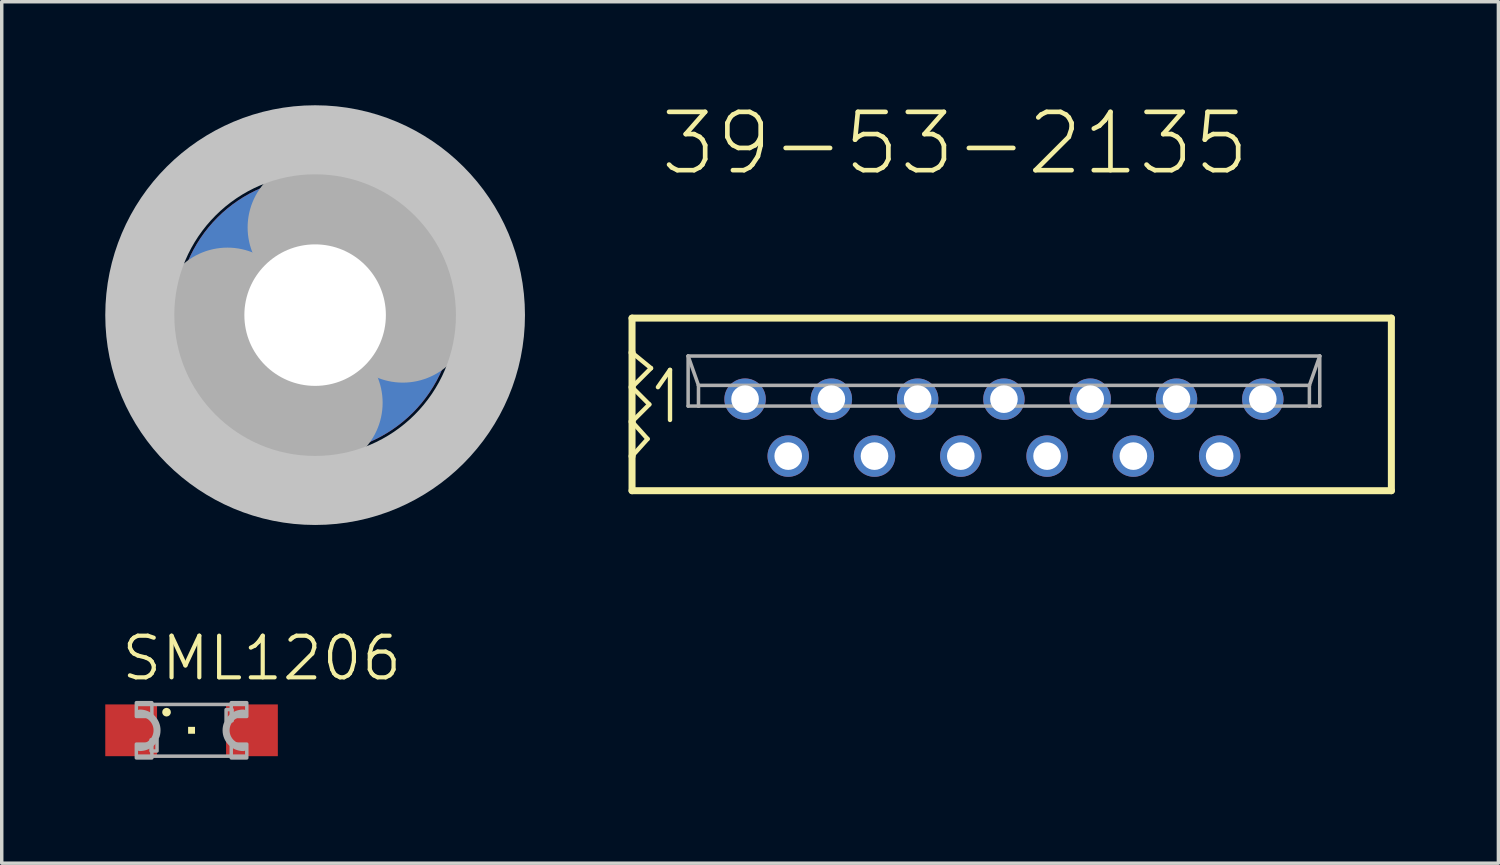
<source format=kicad_pcb>
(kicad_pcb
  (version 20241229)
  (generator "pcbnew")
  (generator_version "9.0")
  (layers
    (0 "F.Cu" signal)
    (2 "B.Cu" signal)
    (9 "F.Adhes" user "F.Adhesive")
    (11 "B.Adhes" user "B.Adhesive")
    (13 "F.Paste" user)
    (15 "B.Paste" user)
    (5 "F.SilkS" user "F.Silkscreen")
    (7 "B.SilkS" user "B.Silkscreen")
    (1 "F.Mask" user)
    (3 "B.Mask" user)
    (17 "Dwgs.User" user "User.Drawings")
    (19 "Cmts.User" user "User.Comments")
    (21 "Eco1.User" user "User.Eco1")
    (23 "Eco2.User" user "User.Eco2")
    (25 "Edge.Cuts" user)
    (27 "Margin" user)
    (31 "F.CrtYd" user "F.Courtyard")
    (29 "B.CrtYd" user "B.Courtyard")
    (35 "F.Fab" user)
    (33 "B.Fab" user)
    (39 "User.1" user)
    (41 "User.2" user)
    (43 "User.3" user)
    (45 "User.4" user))
  (footprint "SML1206"
    (layer "F.Cu")
    (at 2.5 18.109)
    (property "Reference" "SML1206" (at -2.095 -1.381 180) (layer "F.SilkS") (effects (font (size 1.206 1.206) (thickness 0.121)) (justify left bottom)))
    (attr through_hole)
    (fp_circle (center -0.725 -0.525) (end -0.662 -0.525) (stroke (width 0.125) (type solid)) (fill no) (layer "F.SilkS"))
    (fp_poly (pts (xy -0.1 0.1) (xy 0.1 0.1) (xy 0.1 -0.1) (xy -0.1 -0.1)) (stroke (width 0) (type solid)) (fill yes) (layer "F.SilkS"))
    (fp_line (start -1.55 -0.75) (end 1.55 -0.75) (stroke (width 0.102) (type solid)) (layer "F.Fab"))
    (fp_line (start 1.55 0.75) (end -1.55 0.75) (stroke (width 0.102) (type solid)) (layer "F.Fab"))
    (fp_arc (start -1.5 -0.5) (mid -1 0) (end -1.5 0.5) (stroke (width 0.2032) (type solid)) (layer "F.Fab"))
    (fp_arc (start 1.5 0.5) (mid 1 0) (end 1.5 -0.5) (stroke (width 0.2032) (type solid)) (layer "F.Fab"))
    (fp_poly (pts (xy -1.6 -0.4) (xy -1.15 -0.4) (xy -1.15 -0.8) (xy -1.6 -0.8)) (stroke (width 0.1) (type solid)) (fill no) (layer "F.Fab"))
    (fp_poly (pts (xy -1.6 0.8) (xy -1.15 0.8) (xy -1.15 0.4) (xy -1.6 0.4)) (stroke (width 0.1) (type solid)) (fill no) (layer "F.Fab"))
    (fp_poly (pts (xy -1.175 0.6) (xy -1 0.6) (xy -1 0.275) (xy -1.175 0.275)) (stroke (width 0.1) (type solid)) (fill no) (layer "F.Fab"))
    (fp_poly (pts (xy 1.175 -0.6) (xy 1 -0.6) (xy 1 -0.275) (xy 1.175 -0.275)) (stroke (width 0.1) (type solid)) (fill no) (layer "F.Fab"))
    (fp_poly (pts (xy 1.6 -0.8) (xy 1.15 -0.8) (xy 1.15 -0.4) (xy 1.6 -0.4)) (stroke (width 0.1) (type solid)) (fill no) (layer "F.Fab"))
    (fp_poly (pts (xy 1.6 0.4) (xy 1.15 0.4) (xy 1.15 0.8) (xy 1.6 0.8)) (stroke (width 0.1) (type solid)) (fill no) (layer "F.Fab"))
    (pad "A" smd rect (at 1.75 0) (size 1.5 1.5) (layers "F.Cu" "F.Mask" "F.Paste"))
    (pad "C" smd rect (at -1.75 0) (size 1.5 1.5) (layers "F.Cu" "F.Mask" "F.Paste")))
  (footprint "4,1-PAD"
    (layer "F.Cu")
    (at 6.08 6.08)
    (property "Reference" "4,1-PAD" (at 0 0 0) (layer "F.SilkS") (effects (font (size 1.27 1.27) (thickness 0.15))))
    (attr through_hole)
    (fp_circle (center 0 0) (end 2.15 0) (stroke (width 0.203) (type solid)) (fill no) (layer "F.SilkS"))
    (fp_circle (center 0 0) (end 4.572 0) (stroke (width 0.152) (type solid)) (fill no) (layer "F.SilkS"))
    (fp_circle (center 0 0) (end 5.08 0) (stroke (width 2) (type solid)) (fill no) (layer "Dwgs.User"))
    (fp_arc (start 0 -2.54) (mid 1.796051 -1.796051) (end 2.54 0) (stroke (width 3.9116) (type solid)) (layer "F.Fab"))
    (fp_arc (start 0 2.54) (mid -1.796051 1.796051) (end -2.54 0) (stroke (width 3.9116) (type solid)) (layer "F.Fab"))
    (fp_circle (center 0 0) (end 0.762 0) (stroke (width 0.457) (type solid)) (fill no) (layer "F.Fab"))
    (pad "B4,1" thru_hole circle (at 0 0) (size 8 8) (drill 4.1) (layers "*.Cu" "*.Mask")))
  (footprint "39-53-2135"
    (layer "F.Cu")
    (at 26.037 8.515)
    (property "Reference" "39-53-2135" (at -10.032 -6.421 180) (layer "F.SilkS") (effects (font (size 1.689 1.689) (thickness 0.135)) (justify left bottom)))
    (attr through_hole)
    (fp_line (start -10.775 -2.348) (end -10.775 -1.348) (stroke (width 0.203) (type solid)) (layer "F.SilkS"))
    (fp_line (start -10.775 -1.348) (end -10.775 -0.348) (stroke (width 0.203) (type solid)) (layer "F.SilkS"))
    (fp_line (start -10.775 -0.348) (end -10.775 0.652) (stroke (width 0.203) (type solid)) (layer "F.SilkS"))
    (fp_line (start -10.775 -0.348) (end -10.225 -0.898) (stroke (width 0.127) (type solid)) (layer "F.SilkS"))
    (fp_line (start -10.775 0.652) (end -10.775 1.652) (stroke (width 0.203) (type solid)) (layer "F.SilkS"))
    (fp_line (start -10.775 0.652) (end -10.275 0.152) (stroke (width 0.127) (type solid)) (layer "F.SilkS"))
    (fp_line (start -10.775 1.652) (end -10.775 2.652) (stroke (width 0.203) (type solid)) (layer "F.SilkS"))
    (fp_line (start -10.775 1.652) (end -10.325 1.152) (stroke (width 0.127) (type solid)) (layer "F.SilkS"))
    (fp_line (start -10.775 2.652) (end 11.225 2.652) (stroke (width 0.203) (type solid)) (layer "F.SilkS"))
    (fp_line (start -10.325 1.152) (end -10.775 0.652) (stroke (width 0.127) (type solid)) (layer "F.SilkS"))
    (fp_line (start -10.275 0.152) (end -10.775 -0.348) (stroke (width 0.127) (type solid)) (layer "F.SilkS"))
    (fp_line (start -10.225 -0.898) (end -10.775 -1.348) (stroke (width 0.127) (type solid)) (layer "F.SilkS"))
    (fp_line (start -10.025 -0.348) (end -9.675 -0.848) (stroke (width 0.127) (type solid)) (layer "F.SilkS"))
    (fp_line (start -9.675 -0.848) (end -9.675 0.602) (stroke (width 0.127) (type solid)) (layer "F.SilkS"))
    (fp_line (start 11.225 -2.348) (end -10.775 -2.348) (stroke (width 0.203) (type solid)) (layer "F.SilkS"))
    (fp_line (start 11.225 2.652) (end 11.225 -2.348) (stroke (width 0.203) (type solid)) (layer "F.SilkS"))
    (fp_line (start -9.15 -1.25) (end -8.85 -0.4) (stroke (width 0.102) (type solid)) (layer "F.Fab"))
    (fp_line (start -9.15 -1.25) (end 9.15 -1.25) (stroke (width 0.102) (type solid)) (layer "F.Fab"))
    (fp_line (start -9.15 0.2) (end -9.15 -1.25) (stroke (width 0.102) (type solid)) (layer "F.Fab"))
    (fp_line (start -8.85 -0.4) (end -8.85 0.2) (stroke (width 0.102) (type solid)) (layer "F.Fab"))
    (fp_line (start -8.85 0.2) (end -9.15 0.2) (stroke (width 0.102) (type solid)) (layer "F.Fab"))
    (fp_line (start -8.85 0.2) (end 8.85 0.2) (stroke (width 0.102) (type solid)) (layer "F.Fab"))
    (fp_line (start 8.85 -0.4) (end -8.85 -0.4) (stroke (width 0.102) (type solid)) (layer "F.Fab"))
    (fp_line (start 8.85 -0.4) (end 9.15 -1.25) (stroke (width 0.102) (type solid)) (layer "F.Fab"))
    (fp_line (start 8.85 0.2) (end 8.85 -0.4) (stroke (width 0.102) (type solid)) (layer "F.Fab"))
    (fp_line (start 9.15 -1.25) (end 9.15 0.2) (stroke (width 0.102) (type solid)) (layer "F.Fab"))
    (fp_line (start 9.15 0.2) (end 8.85 0.2) (stroke (width 0.102) (type solid)) (layer "F.Fab"))
    (pad "1" thru_hole circle (at -7.5 0) (size 1.2 1.2) (drill 0.8) (layers "*.Cu" "*.Mask"))
    (pad "2" thru_hole circle (at -6.25 1.65) (size 1.2 1.2) (drill 0.8) (layers "*.Cu" "*.Mask"))
    (pad "3" thru_hole circle (at -5 0) (size 1.2 1.2) (drill 0.8) (layers "*.Cu" "*.Mask"))
    (pad "4" thru_hole circle (at -3.75 1.65) (size 1.2 1.2) (drill 0.8) (layers "*.Cu" "*.Mask"))
    (pad "5" thru_hole circle (at -2.5 0) (size 1.2 1.2) (drill 0.8) (layers "*.Cu" "*.Mask"))
    (pad "6" thru_hole circle (at -1.25 1.65) (size 1.2 1.2) (drill 0.8) (layers "*.Cu" "*.Mask"))
    (pad "7" thru_hole circle (at 0 0) (size 1.2 1.2) (drill 0.8) (layers "*.Cu" "*.Mask"))
    (pad "8" thru_hole circle (at 1.25 1.65) (size 1.2 1.2) (drill 0.8) (layers "*.Cu" "*.Mask"))
    (pad "9" thru_hole circle (at 2.5 0) (size 1.2 1.2) (drill 0.8) (layers "*.Cu" "*.Mask"))
    (pad "10" thru_hole circle (at 3.75 1.65) (size 1.2 1.2) (drill 0.8) (layers "*.Cu" "*.Mask"))
    (pad "11" thru_hole circle (at 5 0) (size 1.2 1.2) (drill 0.8) (layers "*.Cu" "*.Mask"))
    (pad "12" thru_hole circle (at 6.25 1.65) (size 1.2 1.2) (drill 0.8) (layers "*.Cu" "*.Mask"))
    (pad "13" thru_hole circle (at 7.5 0) (size 1.2 1.2) (drill 0.8) (layers "*.Cu" "*.Mask")))
  (gr_rect
    (start -3 -3)
    (end 40.363 21.959)
    (stroke (width 0.1) (type default))
    (fill no)
    (layer "Edge.Cuts")))
</source>
